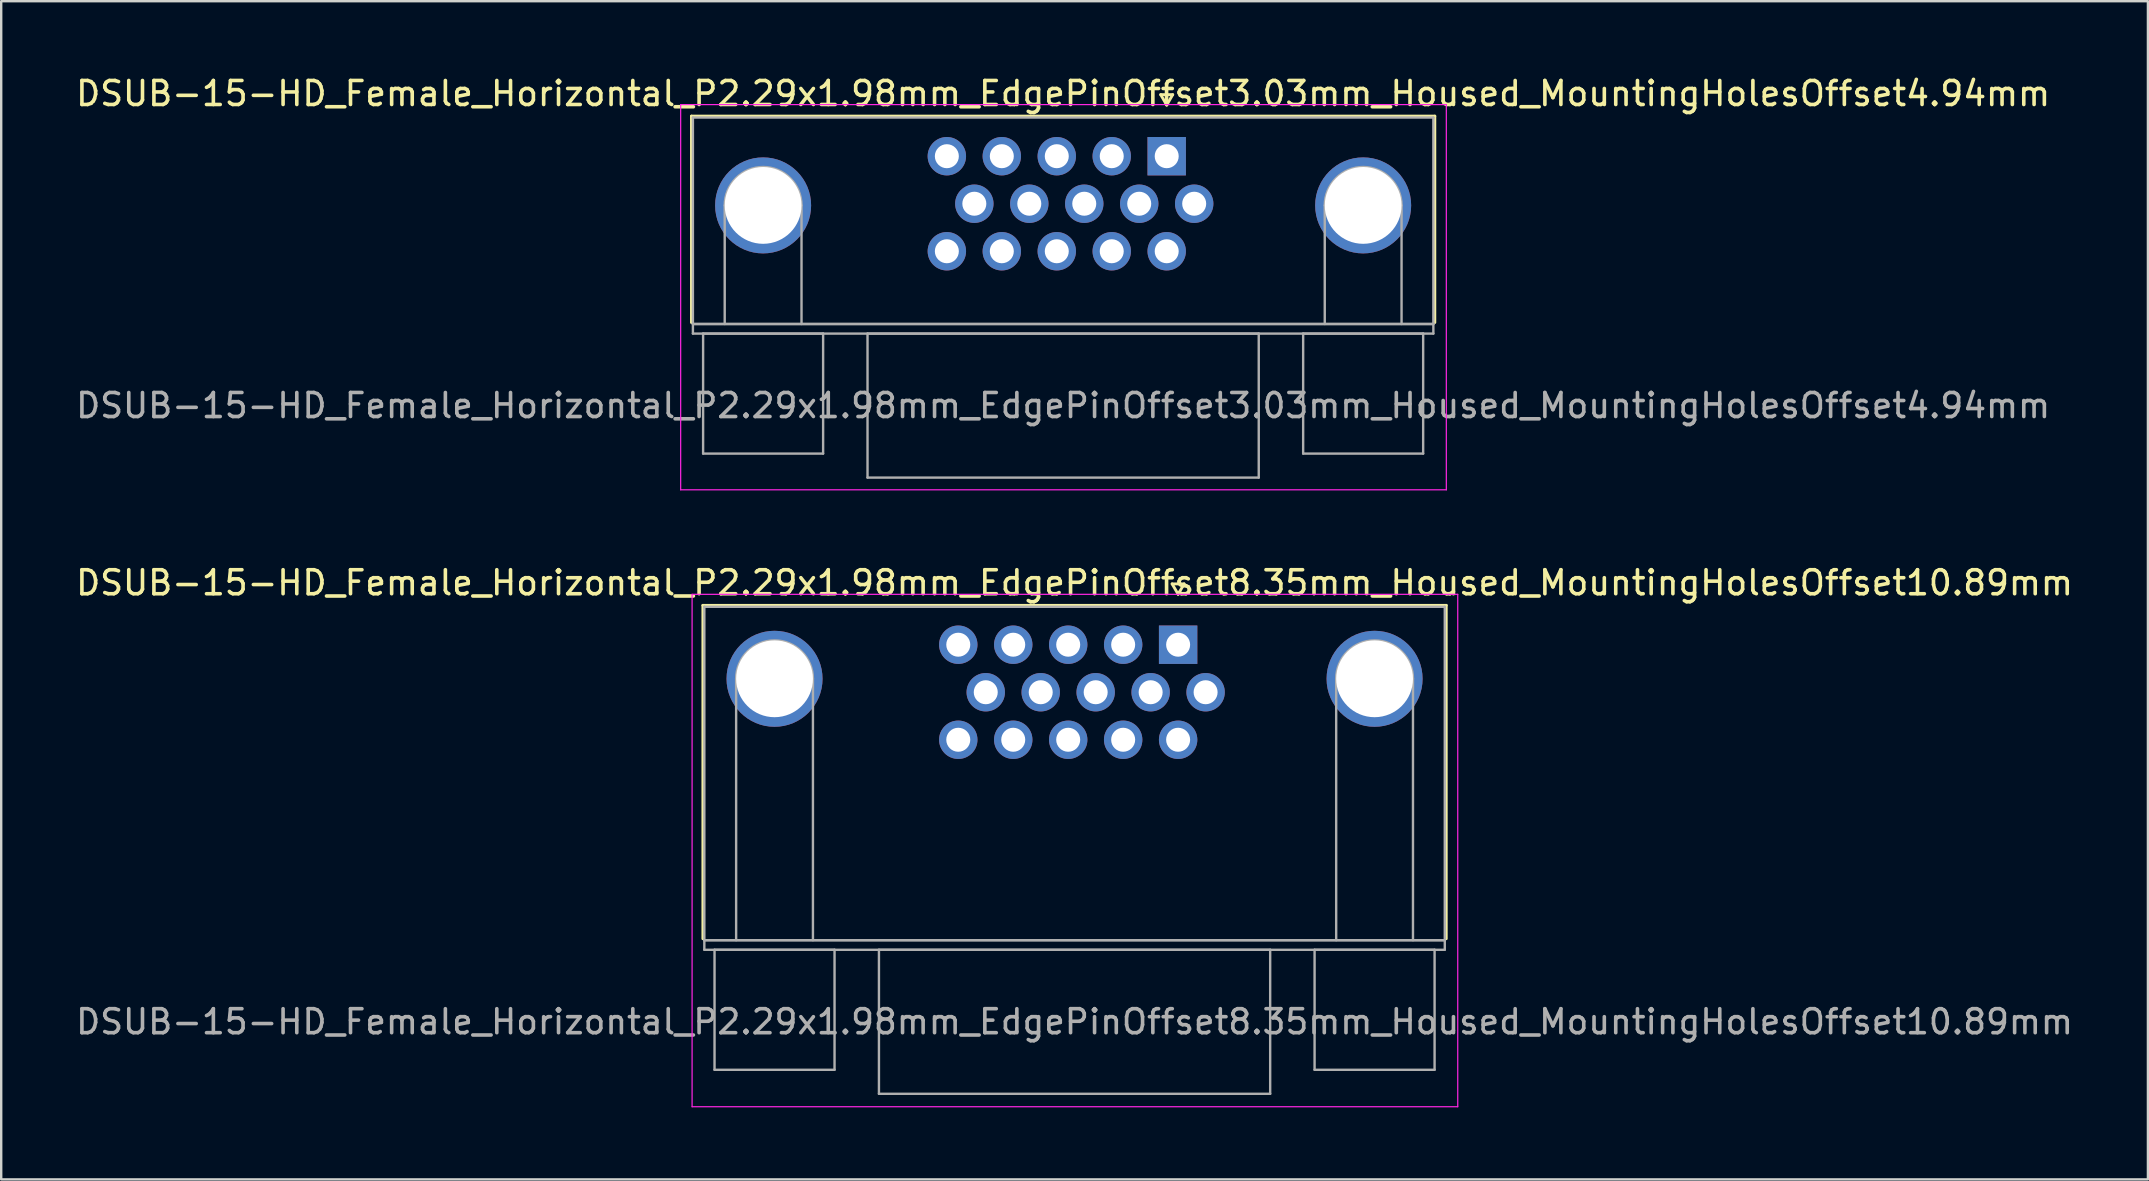
<source format=kicad_pcb>
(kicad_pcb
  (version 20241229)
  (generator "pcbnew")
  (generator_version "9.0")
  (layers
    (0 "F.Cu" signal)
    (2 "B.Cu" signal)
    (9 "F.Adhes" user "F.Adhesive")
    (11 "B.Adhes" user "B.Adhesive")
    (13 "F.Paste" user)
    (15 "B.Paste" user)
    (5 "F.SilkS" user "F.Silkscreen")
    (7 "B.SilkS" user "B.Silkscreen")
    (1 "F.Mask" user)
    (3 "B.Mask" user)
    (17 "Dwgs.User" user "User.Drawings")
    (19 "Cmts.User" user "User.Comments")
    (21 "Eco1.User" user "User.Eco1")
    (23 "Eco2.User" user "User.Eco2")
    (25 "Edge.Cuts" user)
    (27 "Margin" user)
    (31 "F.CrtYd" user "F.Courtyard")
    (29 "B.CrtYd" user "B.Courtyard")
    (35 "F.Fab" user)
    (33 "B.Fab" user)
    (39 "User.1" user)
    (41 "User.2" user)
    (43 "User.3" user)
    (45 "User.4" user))
  (footprint "DSUB-15-HD_Female_Horizontal_P2.29x1.98mm_EdgePinOffset8.35mm_Housed_MountingHolesOffset10.89mm"
    (layer "F.Cu")
    (at 46.035 23.811)
    (property "Reference" "DSUB-15-HD_Female_Horizontal_P2.29x1.98mm_EdgePinOffset8.35mm_Housed_MountingHolesOffset10.89mm" (at -4.315 -2.58 0) (layer "F.SilkS") (effects (font (size 1 1) (thickness 0.15))))
    (attr through_hole)
    (fp_line (start -19.8 -1.64) (end 11.17 -1.64) (stroke (width 0.12) (type solid)) (layer "F.SilkS"))
    (fp_line (start -19.8 12.25) (end -19.8 -1.64) (stroke (width 0.12) (type solid)) (layer "F.SilkS"))
    (fp_line (start -0.25 -2.534) (end 0.25 -2.534) (stroke (width 0.12) (type solid)) (layer "F.SilkS"))
    (fp_line (start 0 -2.101) (end -0.25 -2.534) (stroke (width 0.12) (type solid)) (layer "F.SilkS"))
    (fp_line (start 0.25 -2.534) (end 0 -2.101) (stroke (width 0.12) (type solid)) (layer "F.SilkS"))
    (fp_line (start 11.17 -1.64) (end 11.17 12.25) (stroke (width 0.12) (type solid)) (layer "F.SilkS"))
    (fp_line (start -20.25 -2.1) (end -20.25 19.25) (stroke (width 0.05) (type solid)) (layer "F.CrtYd"))
    (fp_line (start -20.25 19.25) (end 11.65 19.25) (stroke (width 0.05) (type solid)) (layer "F.CrtYd"))
    (fp_line (start 11.65 -2.1) (end -20.25 -2.1) (stroke (width 0.05) (type solid)) (layer "F.CrtYd"))
    (fp_line (start 11.65 19.25) (end 11.65 -2.1) (stroke (width 0.05) (type solid)) (layer "F.CrtYd"))
    (fp_line (start -19.74 -1.58) (end -19.74 12.31) (stroke (width 0.1) (type solid)) (layer "F.Fab"))
    (fp_line (start -19.74 12.31) (end -19.74 12.71) (stroke (width 0.1) (type solid)) (layer "F.Fab"))
    (fp_line (start -19.74 12.31) (end 11.11 12.31) (stroke (width 0.1) (type solid)) (layer "F.Fab"))
    (fp_line (start -19.74 12.71) (end 11.11 12.71) (stroke (width 0.1) (type solid)) (layer "F.Fab"))
    (fp_line (start -19.315 12.71) (end -19.315 17.71) (stroke (width 0.1) (type solid)) (layer "F.Fab"))
    (fp_line (start -19.315 17.71) (end -14.315 17.71) (stroke (width 0.1) (type solid)) (layer "F.Fab"))
    (fp_line (start -18.415 12.31) (end -18.415 1.42) (stroke (width 0.1) (type solid)) (layer "F.Fab"))
    (fp_line (start -15.215 12.31) (end -15.215 1.42) (stroke (width 0.1) (type solid)) (layer "F.Fab"))
    (fp_line (start -14.315 12.71) (end -19.315 12.71) (stroke (width 0.1) (type solid)) (layer "F.Fab"))
    (fp_line (start -14.315 17.71) (end -14.315 12.71) (stroke (width 0.1) (type solid)) (layer "F.Fab"))
    (fp_line (start -12.465 12.71) (end -12.465 18.71) (stroke (width 0.1) (type solid)) (layer "F.Fab"))
    (fp_line (start -12.465 18.71) (end 3.835 18.71) (stroke (width 0.1) (type solid)) (layer "F.Fab"))
    (fp_line (start 3.835 12.71) (end -12.465 12.71) (stroke (width 0.1) (type solid)) (layer "F.Fab"))
    (fp_line (start 3.835 18.71) (end 3.835 12.71) (stroke (width 0.1) (type solid)) (layer "F.Fab"))
    (fp_line (start 5.685 12.71) (end 5.685 17.71) (stroke (width 0.1) (type solid)) (layer "F.Fab"))
    (fp_line (start 5.685 17.71) (end 10.685 17.71) (stroke (width 0.1) (type solid)) (layer "F.Fab"))
    (fp_line (start 6.585 12.31) (end 6.585 1.42) (stroke (width 0.1) (type solid)) (layer "F.Fab"))
    (fp_line (start 9.785 12.31) (end 9.785 1.42) (stroke (width 0.1) (type solid)) (layer "F.Fab"))
    (fp_line (start 10.685 12.71) (end 5.685 12.71) (stroke (width 0.1) (type solid)) (layer "F.Fab"))
    (fp_line (start 10.685 17.71) (end 10.685 12.71) (stroke (width 0.1) (type solid)) (layer "F.Fab"))
    (fp_line (start 11.11 -1.58) (end -19.74 -1.58) (stroke (width 0.1) (type solid)) (layer "F.Fab"))
    (fp_line (start 11.11 12.31) (end -19.74 12.31) (stroke (width 0.1) (type solid)) (layer "F.Fab"))
    (fp_line (start 11.11 12.31) (end 11.11 -1.58) (stroke (width 0.1) (type solid)) (layer "F.Fab"))
    (fp_line (start 11.11 12.71) (end 11.11 12.31) (stroke (width 0.1) (type solid)) (layer "F.Fab"))
    (fp_arc (start -18.415 1.42) (mid -16.815 -0.18) (end -15.215 1.42) (stroke (width 0.1) (type solid)) (layer "F.Fab"))
    (fp_arc (start 6.585 1.42) (mid 8.185 -0.18) (end 9.785 1.42) (stroke (width 0.1) (type solid)) (layer "F.Fab"))
    (fp_text user "${REFERENCE}" (at -4.315 15.71 0) (layer "F.Fab") (effects (font (size 1 1) (thickness 0.15))))
    (pad "0" thru_hole circle (at -16.815 1.42) (size 4 4) (drill 3.2) (layers "*.Cu" "*.Mask"))
    (pad "0" thru_hole circle (at 8.185 1.42) (size 4 4) (drill 3.2) (layers "*.Cu" "*.Mask"))
    (pad "1" thru_hole rect (at 0 0) (size 1.6 1.6) (drill 1) (layers "*.Cu" "*.Mask"))
    (pad "2" thru_hole circle (at -2.29 0) (size 1.6 1.6) (drill 1) (layers "*.Cu" "*.Mask"))
    (pad "3" thru_hole circle (at -4.58 0) (size 1.6 1.6) (drill 1) (layers "*.Cu" "*.Mask"))
    (pad "4" thru_hole circle (at -6.87 0) (size 1.6 1.6) (drill 1) (layers "*.Cu" "*.Mask"))
    (pad "5" thru_hole circle (at -9.16 0) (size 1.6 1.6) (drill 1) (layers "*.Cu" "*.Mask"))
    (pad "6" thru_hole circle (at 1.145 1.98) (size 1.6 1.6) (drill 1) (layers "*.Cu" "*.Mask"))
    (pad "7" thru_hole circle (at -1.145 1.98) (size 1.6 1.6) (drill 1) (layers "*.Cu" "*.Mask"))
    (pad "8" thru_hole circle (at -3.435 1.98) (size 1.6 1.6) (drill 1) (layers "*.Cu" "*.Mask"))
    (pad "9" thru_hole circle (at -5.725 1.98) (size 1.6 1.6) (drill 1) (layers "*.Cu" "*.Mask"))
    (pad "10" thru_hole circle (at -8.015 1.98) (size 1.6 1.6) (drill 1) (layers "*.Cu" "*.Mask"))
    (pad "11" thru_hole circle (at 0 3.96) (size 1.6 1.6) (drill 1) (layers "*.Cu" "*.Mask"))
    (pad "12" thru_hole circle (at -2.29 3.96) (size 1.6 1.6) (drill 1) (layers "*.Cu" "*.Mask"))
    (pad "13" thru_hole circle (at -4.58 3.96) (size 1.6 1.6) (drill 1) (layers "*.Cu" "*.Mask"))
    (pad "14" thru_hole circle (at -6.87 3.96) (size 1.6 1.6) (drill 1) (layers "*.Cu" "*.Mask"))
    (pad "15" thru_hole circle (at -9.16 3.96) (size 1.6 1.6) (drill 1) (layers "*.Cu" "*.Mask")))
  (footprint "DSUB-15-HD_Female_Horizontal_P2.29x1.98mm_EdgePinOffset3.03mm_Housed_MountingHolesOffset4.94mm"
    (layer "F.Cu")
    (at 45.559 3.458)
    (property "Reference" "DSUB-15-HD_Female_Horizontal_P2.29x1.98mm_EdgePinOffset3.03mm_Housed_MountingHolesOffset4.94mm" (at -4.315 -2.61 0) (layer "F.SilkS") (effects (font (size 1 1) (thickness 0.15))))
    (attr through_hole)
    (fp_line (start -19.8 -1.67) (end 11.17 -1.67) (stroke (width 0.12) (type solid)) (layer "F.SilkS"))
    (fp_line (start -19.8 6.93) (end -19.8 -1.67) (stroke (width 0.12) (type solid)) (layer "F.SilkS"))
    (fp_line (start -0.25 -2.564) (end 0.25 -2.564) (stroke (width 0.12) (type solid)) (layer "F.SilkS"))
    (fp_line (start 0 -2.131) (end -0.25 -2.564) (stroke (width 0.12) (type solid)) (layer "F.SilkS"))
    (fp_line (start 0.25 -2.564) (end 0 -2.131) (stroke (width 0.12) (type solid)) (layer "F.SilkS"))
    (fp_line (start 11.17 -1.67) (end 11.17 6.93) (stroke (width 0.12) (type solid)) (layer "F.SilkS"))
    (fp_line (start -20.25 -2.15) (end -20.25 13.9) (stroke (width 0.05) (type solid)) (layer "F.CrtYd"))
    (fp_line (start -20.25 13.9) (end 11.65 13.9) (stroke (width 0.05) (type solid)) (layer "F.CrtYd"))
    (fp_line (start 11.65 -2.15) (end -20.25 -2.15) (stroke (width 0.05) (type solid)) (layer "F.CrtYd"))
    (fp_line (start 11.65 13.9) (end 11.65 -2.15) (stroke (width 0.05) (type solid)) (layer "F.CrtYd"))
    (fp_line (start -19.74 -1.61) (end -19.74 6.99) (stroke (width 0.1) (type solid)) (layer "F.Fab"))
    (fp_line (start -19.74 6.99) (end -19.74 7.39) (stroke (width 0.1) (type solid)) (layer "F.Fab"))
    (fp_line (start -19.74 6.99) (end 11.11 6.99) (stroke (width 0.1) (type solid)) (layer "F.Fab"))
    (fp_line (start -19.74 7.39) (end 11.11 7.39) (stroke (width 0.1) (type solid)) (layer "F.Fab"))
    (fp_line (start -19.315 7.39) (end -19.315 12.39) (stroke (width 0.1) (type solid)) (layer "F.Fab"))
    (fp_line (start -19.315 12.39) (end -14.315 12.39) (stroke (width 0.1) (type solid)) (layer "F.Fab"))
    (fp_line (start -18.415 6.99) (end -18.415 2.05) (stroke (width 0.1) (type solid)) (layer "F.Fab"))
    (fp_line (start -15.215 6.99) (end -15.215 2.05) (stroke (width 0.1) (type solid)) (layer "F.Fab"))
    (fp_line (start -14.315 7.39) (end -19.315 7.39) (stroke (width 0.1) (type solid)) (layer "F.Fab"))
    (fp_line (start -14.315 12.39) (end -14.315 7.39) (stroke (width 0.1) (type solid)) (layer "F.Fab"))
    (fp_line (start -12.465 7.39) (end -12.465 13.39) (stroke (width 0.1) (type solid)) (layer "F.Fab"))
    (fp_line (start -12.465 13.39) (end 3.835 13.39) (stroke (width 0.1) (type solid)) (layer "F.Fab"))
    (fp_line (start 3.835 7.39) (end -12.465 7.39) (stroke (width 0.1) (type solid)) (layer "F.Fab"))
    (fp_line (start 3.835 13.39) (end 3.835 7.39) (stroke (width 0.1) (type solid)) (layer "F.Fab"))
    (fp_line (start 5.685 7.39) (end 5.685 12.39) (stroke (width 0.1) (type solid)) (layer "F.Fab"))
    (fp_line (start 5.685 12.39) (end 10.685 12.39) (stroke (width 0.1) (type solid)) (layer "F.Fab"))
    (fp_line (start 6.585 6.99) (end 6.585 2.05) (stroke (width 0.1) (type solid)) (layer "F.Fab"))
    (fp_line (start 9.785 6.99) (end 9.785 2.05) (stroke (width 0.1) (type solid)) (layer "F.Fab"))
    (fp_line (start 10.685 7.39) (end 5.685 7.39) (stroke (width 0.1) (type solid)) (layer "F.Fab"))
    (fp_line (start 10.685 12.39) (end 10.685 7.39) (stroke (width 0.1) (type solid)) (layer "F.Fab"))
    (fp_line (start 11.11 -1.61) (end -19.74 -1.61) (stroke (width 0.1) (type solid)) (layer "F.Fab"))
    (fp_line (start 11.11 6.99) (end -19.74 6.99) (stroke (width 0.1) (type solid)) (layer "F.Fab"))
    (fp_line (start 11.11 6.99) (end 11.11 -1.61) (stroke (width 0.1) (type solid)) (layer "F.Fab"))
    (fp_line (start 11.11 7.39) (end 11.11 6.99) (stroke (width 0.1) (type solid)) (layer "F.Fab"))
    (fp_arc (start -18.415 2.05) (mid -16.815 0.45) (end -15.215 2.05) (stroke (width 0.1) (type solid)) (layer "F.Fab"))
    (fp_arc (start 6.585 2.05) (mid 8.185 0.45) (end 9.785 2.05) (stroke (width 0.1) (type solid)) (layer "F.Fab"))
    (fp_text user "${REFERENCE}" (at -4.315 10.39 0) (layer "F.Fab") (effects (font (size 1 1) (thickness 0.15))))
    (pad "0" thru_hole circle (at -16.815 2.05) (size 4 4) (drill 3.2) (layers "*.Cu" "*.Mask"))
    (pad "0" thru_hole circle (at 8.185 2.05) (size 4 4) (drill 3.2) (layers "*.Cu" "*.Mask"))
    (pad "1" thru_hole rect (at 0 0) (size 1.6 1.6) (drill 1) (layers "*.Cu" "*.Mask"))
    (pad "2" thru_hole circle (at -2.29 0) (size 1.6 1.6) (drill 1) (layers "*.Cu" "*.Mask"))
    (pad "3" thru_hole circle (at -4.58 0) (size 1.6 1.6) (drill 1) (layers "*.Cu" "*.Mask"))
    (pad "4" thru_hole circle (at -6.87 0) (size 1.6 1.6) (drill 1) (layers "*.Cu" "*.Mask"))
    (pad "5" thru_hole circle (at -9.16 0) (size 1.6 1.6) (drill 1) (layers "*.Cu" "*.Mask"))
    (pad "6" thru_hole circle (at 1.145 1.98) (size 1.6 1.6) (drill 1) (layers "*.Cu" "*.Mask"))
    (pad "7" thru_hole circle (at -1.145 1.98) (size 1.6 1.6) (drill 1) (layers "*.Cu" "*.Mask"))
    (pad "8" thru_hole circle (at -3.435 1.98) (size 1.6 1.6) (drill 1) (layers "*.Cu" "*.Mask"))
    (pad "9" thru_hole circle (at -5.725 1.98) (size 1.6 1.6) (drill 1) (layers "*.Cu" "*.Mask"))
    (pad "10" thru_hole circle (at -8.015 1.98) (size 1.6 1.6) (drill 1) (layers "*.Cu" "*.Mask"))
    (pad "11" thru_hole circle (at 0 3.96) (size 1.6 1.6) (drill 1) (layers "*.Cu" "*.Mask"))
    (pad "12" thru_hole circle (at -2.29 3.96) (size 1.6 1.6) (drill 1) (layers "*.Cu" "*.Mask"))
    (pad "13" thru_hole circle (at -4.58 3.96) (size 1.6 1.6) (drill 1) (layers "*.Cu" "*.Mask"))
    (pad "14" thru_hole circle (at -6.87 3.96) (size 1.6 1.6) (drill 1) (layers "*.Cu" "*.Mask"))
    (pad "15" thru_hole circle (at -9.16 3.96) (size 1.6 1.6) (drill 1) (layers "*.Cu" "*.Mask")))
  (gr_rect
    (start -3 -3)
    (end 86.44 46.087)
    (stroke (width 0.1) (type default))
    (fill no)
    (layer "Edge.Cuts")))
</source>
